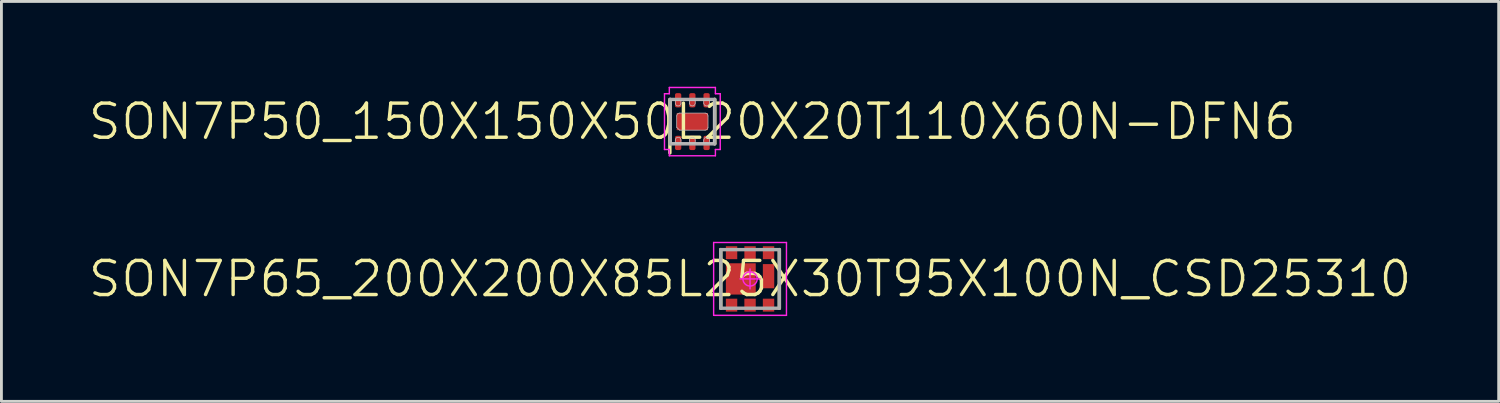
<source format=kicad_pcb>
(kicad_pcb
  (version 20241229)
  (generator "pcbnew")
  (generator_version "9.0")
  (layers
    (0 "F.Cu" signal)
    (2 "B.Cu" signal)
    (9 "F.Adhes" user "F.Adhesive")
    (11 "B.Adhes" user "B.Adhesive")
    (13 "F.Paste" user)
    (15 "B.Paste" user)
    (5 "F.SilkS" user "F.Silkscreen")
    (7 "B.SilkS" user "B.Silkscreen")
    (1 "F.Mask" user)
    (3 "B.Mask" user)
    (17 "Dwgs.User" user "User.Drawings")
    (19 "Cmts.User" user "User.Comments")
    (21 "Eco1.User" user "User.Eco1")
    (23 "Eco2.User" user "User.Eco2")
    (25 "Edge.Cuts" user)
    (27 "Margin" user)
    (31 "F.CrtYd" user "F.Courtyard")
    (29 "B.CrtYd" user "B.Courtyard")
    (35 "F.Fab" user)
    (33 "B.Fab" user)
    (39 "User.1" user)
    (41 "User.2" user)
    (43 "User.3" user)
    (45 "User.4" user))
  (footprint "SON7P65_200X200X85L25X30T95X100N_CSD25310"
    (layer "F.Cu")
    (at 23.317 6.755)
    (property "Reference" "SON7P65_200X200X85L25X30T95X100N_CSD25310" (at 0 0 0) (layer "F.SilkS") (effects (font (size 1.2 1.2) (thickness 0.12))))
    (attr smd)
    (fp_line (start -1.03 1.03) (end -1.03 -1.03) (stroke (width 0.12) (type solid)) (layer "F.SilkS"))
    (fp_line (start 1.03 1.03) (end 1.03 -1.03) (stroke (width 0.12) (type solid)) (layer "F.SilkS"))
    (fp_line (start -1.28 -1.28) (end -1.28 1.28) (stroke (width 0.05) (type solid)) (layer "F.CrtYd"))
    (fp_line (start -1.28 1.28) (end 1.28 1.28) (stroke (width 0.05) (type solid)) (layer "F.CrtYd"))
    (fp_line (start -0.35 0) (end 0.35 0) (stroke (width 0.05) (type solid)) (layer "F.CrtYd"))
    (fp_line (start 0 -0.35) (end 0 0.35) (stroke (width 0.05) (type solid)) (layer "F.CrtYd"))
    (fp_line (start 1.28 -1.28) (end -1.28 -1.28) (stroke (width 0.05) (type solid)) (layer "F.CrtYd"))
    (fp_line (start 1.28 1.28) (end 1.28 -1.28) (stroke (width 0.05) (type solid)) (layer "F.CrtYd"))
    (fp_circle (center 0 0) (end 0 0.25) (stroke (width 0.05) (type solid)) (fill no) (layer "F.CrtYd"))
    (fp_line (start -1.03 -1.03) (end 1.03 -1.03) (stroke (width 0.12) (type solid)) (layer "F.Fab"))
    (fp_line (start -1.03 1.03) (end -1.03 -1.03) (stroke (width 0.12) (type solid)) (layer "F.Fab"))
    (fp_line (start 1.03 -1.03) (end 1.03 1.03) (stroke (width 0.12) (type solid)) (layer "F.Fab"))
    (fp_line (start 1.03 1.03) (end -1.03 1.03) (stroke (width 0.12) (type solid)) (layer "F.Fab"))
    (pad "D" smd rect (at 0.65 -0.922 90) (size 0.455 0.4) (layers "F.Cu" "F.Mask" "F.Paste"))
    (pad "D" smd rect (at 0.65 -0.096 90) (size 0.85 0.4) (layers "F.Cu" "F.Mask" "F.Paste"))
    (pad "G" smd rect (at 0.65 0.922 90) (size 0.455 0.4) (layers "F.Cu" "F.Mask" "F.Paste"))
    (pad "S" smd rect (at -0.65 -0.922 90) (size 0.455 0.4) (layers "F.Cu" "F.Mask" "F.Paste"))
    (pad "S" smd rect (at -0.65 0.922 90) (size 0.455 0.4) (layers "F.Cu" "F.Mask" "F.Paste"))
    (pad "S" smd rect (at -0.325 0 90) (size 1.1 1.05) (layers "F.Cu" "F.Mask" "F.Paste"))
    (pad "S" smd rect (at 0 -0.922 90) (size 0.455 0.4) (layers "F.Cu" "F.Mask" "F.Paste"))
    (pad "S" smd rect (at 0 0.922 90) (size 0.455 0.4) (layers "F.Cu" "F.Mask" "F.Paste")))
  (footprint "SON7P50_150X150X50L20X20T110X60N-DFN6"
    (layer "F.Cu")
    (at 21.289 1.225)
    (property "Reference" "SON7P50_150X150X50L20X20T110X60N-DFN6" (at 0 0 0) (layer "F.SilkS") (effects (font (size 1.2 1.2) (thickness 0.12))))
    (attr smd)
    (fp_line (start -0.79 1.1) (end -0.79 -0.78) (stroke (width 0.12) (type solid)) (layer "F.SilkS"))
    (fp_line (start 0.79 0.78) (end 0.79 -0.78) (stroke (width 0.12) (type solid)) (layer "F.SilkS"))
    (fp_line (start -0.75 -0.75) (end 0.75 -0.75) (stroke (width 0.025) (type solid)) (layer "Dwgs.User"))
    (fp_line (start -0.75 0.75) (end -0.75 -0.75) (stroke (width 0.025) (type solid)) (layer "Dwgs.User"))
    (fp_line (start -0.6 -0.75) (end -0.6 -0.65) (stroke (width 0.025) (type solid)) (layer "Dwgs.User"))
    (fp_line (start -0.6 0.65) (end -0.6 0.75) (stroke (width 0.025) (type solid)) (layer "Dwgs.User"))
    (fp_line (start -0.6 0.75) (end -0.4 0.75) (stroke (width 0.025) (type solid)) (layer "Dwgs.User"))
    (fp_line (start -0.55 -0.2) (end -0.55 0.2) (stroke (width 0.025) (type solid)) (layer "Dwgs.User"))
    (fp_line (start -0.55 0.2) (end -0.45 0.3) (stroke (width 0.025) (type solid)) (layer "Dwgs.User"))
    (fp_line (start -0.45 0.3) (end 0.45 0.3) (stroke (width 0.025) (type solid)) (layer "Dwgs.User"))
    (fp_line (start -0.4 -0.75) (end -0.6 -0.75) (stroke (width 0.025) (type solid)) (layer "Dwgs.User"))
    (fp_line (start -0.4 -0.65) (end -0.4 -0.75) (stroke (width 0.025) (type solid)) (layer "Dwgs.User"))
    (fp_line (start -0.4 0.75) (end -0.4 0.65) (stroke (width 0.025) (type solid)) (layer "Dwgs.User"))
    (fp_line (start -0.1 -0.75) (end -0.1 -0.65) (stroke (width 0.025) (type solid)) (layer "Dwgs.User"))
    (fp_line (start -0.1 0.65) (end -0.1 0.75) (stroke (width 0.025) (type solid)) (layer "Dwgs.User"))
    (fp_line (start -0.1 0.75) (end 0.1 0.75) (stroke (width 0.025) (type solid)) (layer "Dwgs.User"))
    (fp_line (start 0.1 -0.75) (end -0.1 -0.75) (stroke (width 0.025) (type solid)) (layer "Dwgs.User"))
    (fp_line (start 0.1 -0.65) (end 0.1 -0.75) (stroke (width 0.025) (type solid)) (layer "Dwgs.User"))
    (fp_line (start 0.1 0.75) (end 0.1 0.65) (stroke (width 0.025) (type solid)) (layer "Dwgs.User"))
    (fp_line (start 0.4 -0.75) (end 0.4 -0.65) (stroke (width 0.025) (type solid)) (layer "Dwgs.User"))
    (fp_line (start 0.4 0.65) (end 0.4 0.75) (stroke (width 0.025) (type solid)) (layer "Dwgs.User"))
    (fp_line (start 0.4 0.75) (end 0.6 0.75) (stroke (width 0.025) (type solid)) (layer "Dwgs.User"))
    (fp_line (start 0.45 -0.3) (end -0.45 -0.3) (stroke (width 0.025) (type solid)) (layer "Dwgs.User"))
    (fp_line (start 0.55 0.2) (end 0.55 -0.2) (stroke (width 0.025) (type solid)) (layer "Dwgs.User"))
    (fp_line (start 0.6 -0.75) (end 0.4 -0.75) (stroke (width 0.025) (type solid)) (layer "Dwgs.User"))
    (fp_line (start 0.6 -0.65) (end 0.6 -0.75) (stroke (width 0.025) (type solid)) (layer "Dwgs.User"))
    (fp_line (start 0.6 0.75) (end 0.6 0.65) (stroke (width 0.025) (type solid)) (layer "Dwgs.User"))
    (fp_line (start 0.75 -0.75) (end 0.75 0.75) (stroke (width 0.025) (type solid)) (layer "Dwgs.User"))
    (fp_line (start 0.75 0.75) (end -0.75 0.75) (stroke (width 0.025) (type solid)) (layer "Dwgs.User"))
    (fp_arc (start -0.6 0.65) (mid -0.5 0.55) (end -0.4 0.65) (stroke (width 0.025) (type solid)) (layer "Dwgs.User"))
    (fp_arc (start -0.55 -0.2) (mid -0.520711 -0.270711) (end -0.45 -0.3) (stroke (width 0.025) (type solid)) (layer "Dwgs.User"))
    (fp_arc (start -0.4 -0.65) (mid -0.5 -0.55) (end -0.6 -0.65) (stroke (width 0.025) (type solid)) (layer "Dwgs.User"))
    (fp_arc (start -0.1 0.65) (mid 0 0.55) (end 0.1 0.65) (stroke (width 0.025) (type solid)) (layer "Dwgs.User"))
    (fp_arc (start 0.1 -0.65) (mid 0 -0.55) (end -0.1 -0.65) (stroke (width 0.025) (type solid)) (layer "Dwgs.User"))
    (fp_arc (start 0.4 0.65) (mid 0.5 0.55) (end 0.6 0.65) (stroke (width 0.025) (type solid)) (layer "Dwgs.User"))
    (fp_arc (start 0.45 -0.3) (mid 0.520711 -0.270711) (end 0.55 -0.2) (stroke (width 0.025) (type solid)) (layer "Dwgs.User"))
    (fp_arc (start 0.55 0.2) (mid 0.520711 0.270711) (end 0.45 0.3) (stroke (width 0.025) (type solid)) (layer "Dwgs.User"))
    (fp_arc (start 0.6 -0.65) (mid 0.5 -0.55) (end 0.4 -0.65) (stroke (width 0.025) (type solid)) (layer "Dwgs.User"))
    (fp_line (start -0.98 -0.98) (end -0.98 0.98) (stroke (width 0.05) (type solid)) (layer "F.CrtYd"))
    (fp_line (start -0.98 0.98) (end -0.81 0.98) (stroke (width 0.05) (type solid)) (layer "F.CrtYd"))
    (fp_line (start -0.81 -1.2) (end -0.81 -0.98) (stroke (width 0.05) (type solid)) (layer "F.CrtYd"))
    (fp_line (start -0.81 -0.98) (end -0.98 -0.98) (stroke (width 0.05) (type solid)) (layer "F.CrtYd"))
    (fp_line (start -0.81 0.98) (end -0.81 1.2) (stroke (width 0.05) (type solid)) (layer "F.CrtYd"))
    (fp_line (start -0.81 1.2) (end 0.81 1.2) (stroke (width 0.05) (type solid)) (layer "F.CrtYd"))
    (fp_line (start 0.81 -1.2) (end -0.81 -1.2) (stroke (width 0.05) (type solid)) (layer "F.CrtYd"))
    (fp_line (start 0.81 -0.98) (end 0.81 -1.2) (stroke (width 0.05) (type solid)) (layer "F.CrtYd"))
    (fp_line (start 0.81 0.98) (end 0.98 0.98) (stroke (width 0.05) (type solid)) (layer "F.CrtYd"))
    (fp_line (start 0.81 1.2) (end 0.81 0.98) (stroke (width 0.05) (type solid)) (layer "F.CrtYd"))
    (fp_line (start 0.98 -0.98) (end 0.81 -0.98) (stroke (width 0.05) (type solid)) (layer "F.CrtYd"))
    (fp_line (start 0.98 0.98) (end 0.98 -0.98) (stroke (width 0.05) (type solid)) (layer "F.CrtYd"))
    (fp_line (start -0.78 -0.78) (end 0.78 -0.78) (stroke (width 0.12) (type solid)) (layer "F.Fab"))
    (fp_line (start -0.78 0.78) (end -0.78 -0.78) (stroke (width 0.12) (type solid)) (layer "F.Fab"))
    (fp_line (start 0.78 -0.78) (end 0.78 0.78) (stroke (width 0.12) (type solid)) (layer "F.Fab"))
    (fp_line (start 0.78 0.78) (end -0.78 0.78) (stroke (width 0.12) (type solid)) (layer "F.Fab"))
    (pad "1" smd roundrect (at -0.5 0.75 90) (size 0.5 0.22) (layers "F.Cu" "F.Mask" "F.Paste") (roundrect_rratio 0.273))
    (pad "2" smd roundrect (at 0 0.75 90) (size 0.5 0.22) (layers "F.Cu" "F.Mask" "F.Paste") (roundrect_rratio 0.273))
    (pad "3" smd roundrect (at 0.5 0.75 90) (size 0.5 0.22) (layers "F.Cu" "F.Mask" "F.Paste") (roundrect_rratio 0.273))
    (pad "4" smd roundrect (at 0.5 -0.75 90) (size 0.5 0.22) (layers "F.Cu" "F.Mask" "F.Paste") (roundrect_rratio 0.273))
    (pad "5" smd roundrect (at 0 -0.75 90) (size 0.5 0.22) (layers "F.Cu" "F.Mask" "F.Paste") (roundrect_rratio 0.273))
    (pad "6" smd roundrect (at -0.5 -0.75 90) (size 0.5 0.22) (layers "F.Cu" "F.Mask" "F.Paste") (roundrect_rratio 0.273))
    (pad "7" smd rect (at 0 0 90) (size 0.6 1.1) (layers "F.Cu" "F.Mask" "F.Paste")))
  (gr_rect
    (start -3 -3)
    (end 49.634 11.06)
    (stroke (width 0.1) (type default))
    (fill no)
    (layer "Edge.Cuts")))
</source>
